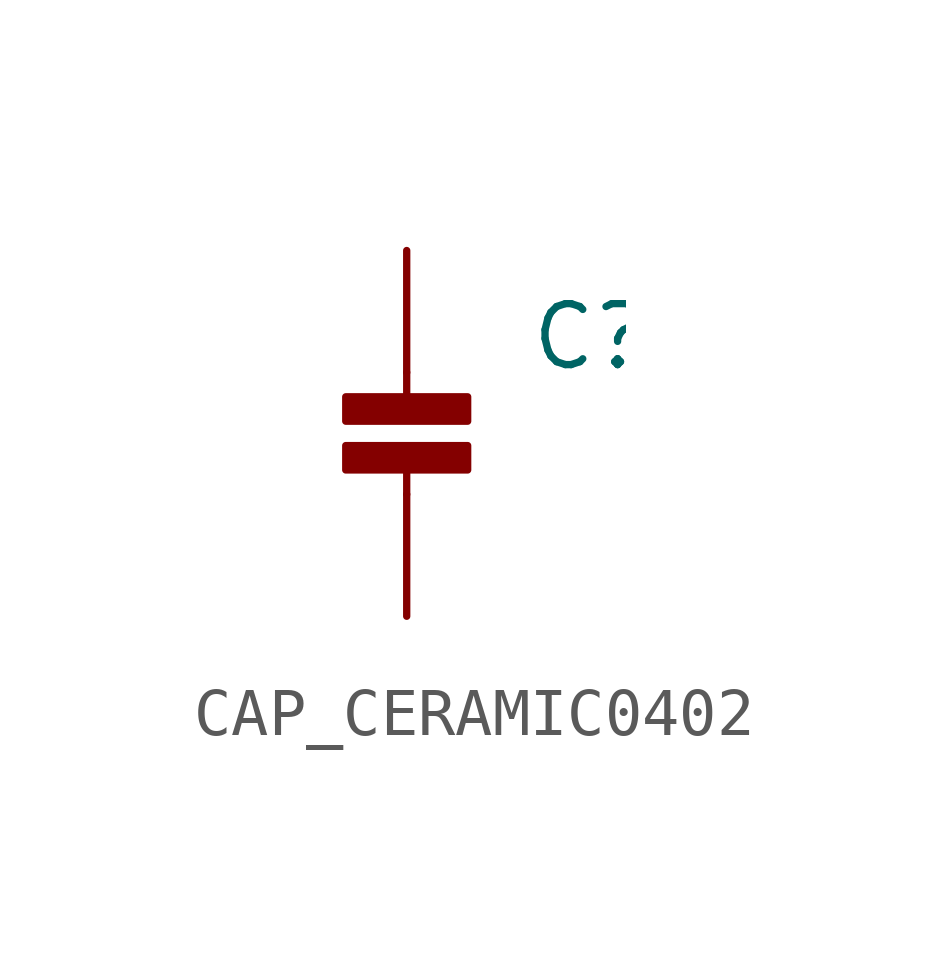
<source format=kicad_sym>
(kicad_symbol_lib
  (version 20220914)
  (generator kicad_symbol_editor)
  (symbol "CAP_CERAMIC0402"
    (property "Reference" "C"
      (at 2.54 2.54 0)
      (effects (font (size 1.27 1.27)) (justify left bottom)))
    (property "Value" ""
      (at 2.54 0 0)
      (effects (font (size 1.27 1.27)) (justify left bottom)))
    (property "ki_locked" ""
      (at 0 0 0)
      (effects (font (size 1.27 1.27))))
    (symbol "CAP_CERAMIC0402_1_0"
      (rectangle (start -1.27 0.508) (end 1.27 1.016) (stroke (width 0) (type default)) (fill (type outline)))
      (rectangle (start -1.27 1.524) (end 1.27 2.032) (stroke (width 0) (type default)) (fill (type outline)))
      (polyline (pts (xy 0 0.762) (xy 0 0)) (stroke (width 0.152) (type solid)) (fill (type none)))
      (polyline (pts (xy 0 2.54) (xy 0 1.778)) (stroke (width 0.152) (type solid)) (fill (type none)))
      (pin passive line (at 0 5.08 270) (length 2.54) (name "P$1" (effects (font (size 0 0)))) (number "1" (effects (font (size 0 0)))))
      (pin passive line (at 0 -2.54 90) (length 2.54) (name "P$2" (effects (font (size 0 0)))) (number "2" (effects (font (size 0 0))))))))
</source>
